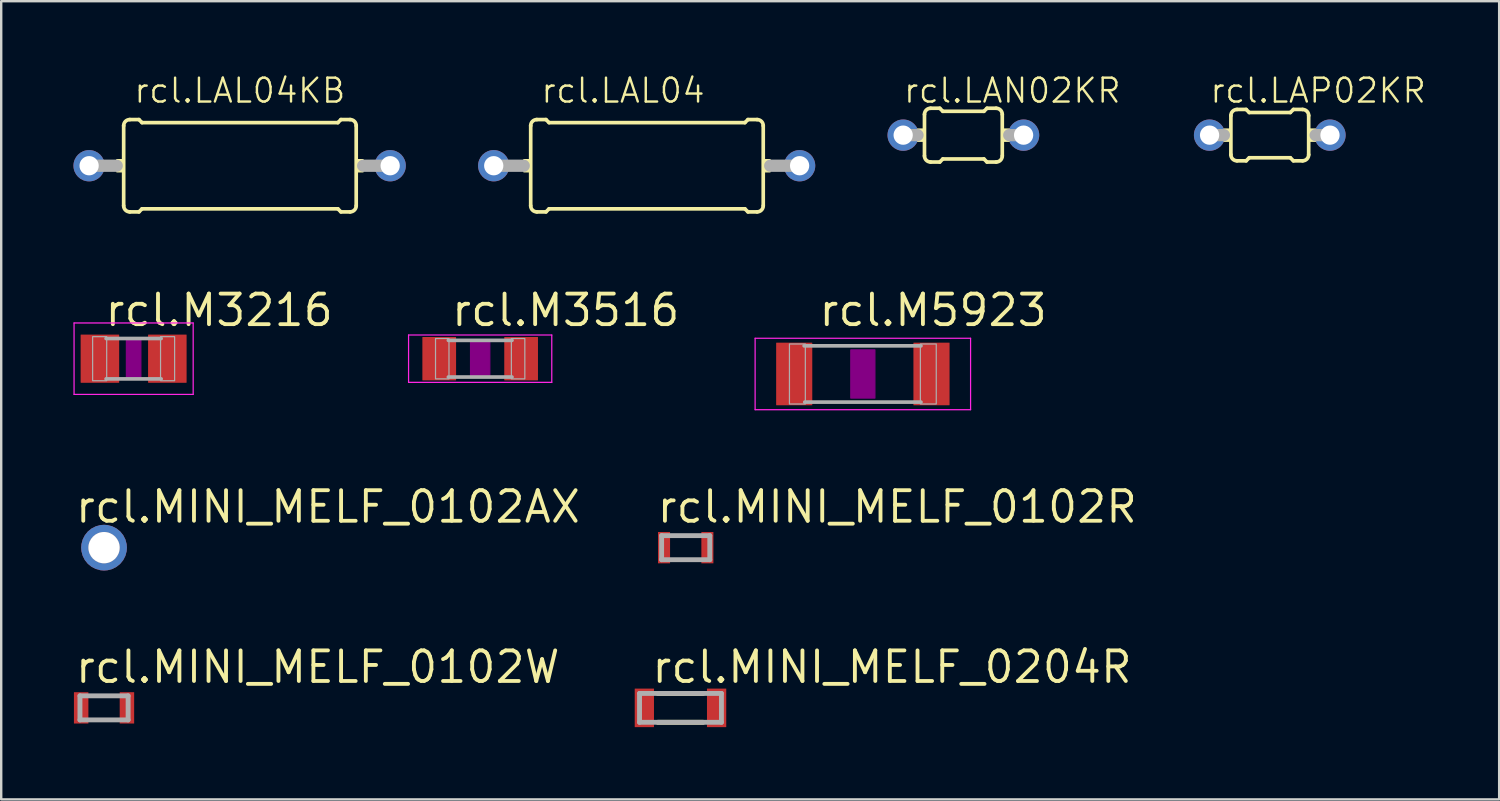
<source format=kicad_pcb>
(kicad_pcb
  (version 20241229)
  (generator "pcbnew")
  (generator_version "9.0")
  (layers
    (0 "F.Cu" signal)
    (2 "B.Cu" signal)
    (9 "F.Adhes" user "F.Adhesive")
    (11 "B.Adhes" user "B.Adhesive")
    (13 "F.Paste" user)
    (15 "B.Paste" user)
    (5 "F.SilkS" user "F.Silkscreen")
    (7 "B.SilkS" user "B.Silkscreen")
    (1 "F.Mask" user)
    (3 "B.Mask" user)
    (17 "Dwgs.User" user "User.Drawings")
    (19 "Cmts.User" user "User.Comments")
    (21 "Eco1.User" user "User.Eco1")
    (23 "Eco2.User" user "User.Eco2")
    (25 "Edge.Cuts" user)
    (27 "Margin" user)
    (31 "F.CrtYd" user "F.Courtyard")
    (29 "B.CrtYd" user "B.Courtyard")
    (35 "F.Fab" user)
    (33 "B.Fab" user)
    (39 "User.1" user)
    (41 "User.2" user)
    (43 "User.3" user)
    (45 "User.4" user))
  (footprint "rcl.MINI_MELF_0102R"
    (layer "F.Cu")
    (at 25.421 19.689)
    (property "Reference" "rcl.MINI_MELF_0102R" (at -1.27 -0.953 0) (layer "F.SilkS") (effects (font (size 1.27 1.27) (thickness 0.16)) (justify left bottom)))
    (attr smd)
    (fp_line (start -1 -0.5) (end -1 0.5) (stroke (width 0.203) (type default)) (layer "F.Fab"))
    (fp_line (start -1 0.5) (end 1 0.5) (stroke (width 0.203) (type default)) (layer "F.Fab"))
    (fp_line (start 1 -0.5) (end -1 -0.5) (stroke (width 0.203) (type default)) (layer "F.Fab"))
    (fp_line (start 1 0.5) (end 1 -0.5) (stroke (width 0.203) (type default)) (layer "F.Fab"))
    (pad "1" smd roundrect (at -0.9 0) (size 0.5 1.3) (layers "F.Cu" "F.Mask" "F.Paste") (roundrect_rratio 0.01))
    (pad "2" smd roundrect (at 0.9 0) (size 0.5 1.3) (layers "F.Cu" "F.Mask" "F.Paste") (roundrect_rratio 0.01)))
  (footprint "rcl.LAP02KR"
    (layer "F.Cu")
    (at 49.672 2.561)
    (property "Reference" "rcl.LAP02KR" (at -2.54 -1.27 0) (layer "F.SilkS") (effects (font (size 0.991 0.991) (thickness 0.1)) (justify left bottom)))
    (attr through_hole)
    (fp_line (start -1.615 0.812) (end -1.615 -0.812) (stroke (width 0.152) (type default)) (layer "F.SilkS"))
    (fp_line (start -1.361 -1.066) (end -0.98 -1.066) (stroke (width 0.152) (type default)) (layer "F.SilkS"))
    (fp_line (start -1.361 1.066) (end -0.98 1.066) (stroke (width 0.152) (type default)) (layer "F.SilkS"))
    (fp_line (start -0.853 -0.939) (end -0.98 -1.066) (stroke (width 0.152) (type default)) (layer "F.SilkS"))
    (fp_line (start -0.853 0.939) (end -0.98 1.066) (stroke (width 0.152) (type default)) (layer "F.SilkS"))
    (fp_line (start 0.853 -0.939) (end -0.853 -0.939) (stroke (width 0.152) (type default)) (layer "F.SilkS"))
    (fp_line (start 0.853 -0.939) (end 0.98 -1.066) (stroke (width 0.152) (type default)) (layer "F.SilkS"))
    (fp_line (start 0.853 0.939) (end -0.853 0.939) (stroke (width 0.152) (type default)) (layer "F.SilkS"))
    (fp_line (start 0.853 0.939) (end 0.98 1.066) (stroke (width 0.152) (type default)) (layer "F.SilkS"))
    (fp_line (start 1.361 -1.066) (end 0.98 -1.066) (stroke (width 0.152) (type default)) (layer "F.SilkS"))
    (fp_line (start 1.361 1.066) (end 0.98 1.066) (stroke (width 0.152) (type default)) (layer "F.SilkS"))
    (fp_line (start 1.615 0.812) (end 1.615 -0.812) (stroke (width 0.152) (type default)) (layer "F.SilkS"))
    (fp_rect (start -1.9 0.254) (end -1.615 -0.254) (stroke (width 0.05) (type default)) (fill yes) (layer "F.SilkS"))
    (fp_rect (start 1.615 0.254) (end 1.9 -0.254) (stroke (width 0.05) (type default)) (fill yes) (layer "F.SilkS"))
    (fp_arc (start -1.615 -0.812) (mid -1.540605 -0.991605) (end -1.361 -1.066) (stroke (width 0.1524) (type default)) (layer "F.SilkS"))
    (fp_arc (start -1.361 1.066) (mid -1.540605 0.991605) (end -1.615 0.812) (stroke (width 0.1524) (type default)) (layer "F.SilkS"))
    (fp_arc (start 1.361 -1.066) (mid 1.540605 -0.991605) (end 1.615 -0.812) (stroke (width 0.1524) (type default)) (layer "F.SilkS"))
    (fp_arc (start 1.615 0.812) (mid 1.540605 0.991605) (end 1.361 1.066) (stroke (width 0.1524) (type default)) (layer "F.SilkS"))
    (fp_line (start -2.5 0) (end -1.905 0) (stroke (width 0.508) (type default)) (layer "F.Fab"))
    (fp_line (start 2.5 0) (end 1.905 0) (stroke (width 0.508) (type default)) (layer "F.Fab"))
    (pad "1" thru_hole circle (at -2.5 0) (size 1.3 1.3) (drill 0.8) (layers "*.Cu" "*.Mask"))
    (pad "2" thru_hole circle (at 2.5 0) (size 1.3 1.3) (drill 0.8) (layers "*.Cu" "*.Mask")))
  (footprint "rcl.LAL04"
    (layer "F.Cu")
    (at 23.8 3.831)
    (property "Reference" "rcl.LAL04" (at -4.445 -2.54 0) (layer "F.SilkS") (effects (font (size 0.991 0.991) (thickness 0.1)) (justify left bottom)))
    (attr through_hole)
    (fp_line (start -4.815 1.662) (end -4.815 -1.662) (stroke (width 0.152) (type default)) (layer "F.SilkS"))
    (fp_line (start -4.561 -1.916) (end -4.18 -1.916) (stroke (width 0.152) (type default)) (layer "F.SilkS"))
    (fp_line (start -4.561 1.916) (end -4.18 1.916) (stroke (width 0.152) (type default)) (layer "F.SilkS"))
    (fp_line (start -4.053 -1.789) (end -4.18 -1.916) (stroke (width 0.152) (type default)) (layer "F.SilkS"))
    (fp_line (start -4.053 1.789) (end -4.18 1.916) (stroke (width 0.152) (type default)) (layer "F.SilkS"))
    (fp_line (start 4.078 -1.789) (end -4.053 -1.789) (stroke (width 0.152) (type default)) (layer "F.SilkS"))
    (fp_line (start 4.078 -1.789) (end 4.205 -1.916) (stroke (width 0.152) (type default)) (layer "F.SilkS"))
    (fp_line (start 4.078 1.789) (end -4.053 1.789) (stroke (width 0.152) (type default)) (layer "F.SilkS"))
    (fp_line (start 4.078 1.789) (end 4.205 1.916) (stroke (width 0.152) (type default)) (layer "F.SilkS"))
    (fp_line (start 4.586 -1.916) (end 4.205 -1.916) (stroke (width 0.152) (type default)) (layer "F.SilkS"))
    (fp_line (start 4.586 1.916) (end 4.205 1.916) (stroke (width 0.152) (type default)) (layer "F.SilkS"))
    (fp_line (start 4.84 1.662) (end 4.84 -1.662) (stroke (width 0.152) (type default)) (layer "F.SilkS"))
    (fp_rect (start -5.1 0.254) (end -4.815 -0.254) (stroke (width 0.05) (type default)) (fill yes) (layer "F.SilkS"))
    (fp_rect (start 4.84 0.254) (end 5.125 -0.254) (stroke (width 0.05) (type default)) (fill yes) (layer "F.SilkS"))
    (fp_arc (start -4.815 -1.662) (mid -4.740605 -1.841605) (end -4.561 -1.916) (stroke (width 0.1524) (type default)) (layer "F.SilkS"))
    (fp_arc (start -4.561 1.916) (mid -4.740605 1.841605) (end -4.815 1.662) (stroke (width 0.1524) (type default)) (layer "F.SilkS"))
    (fp_arc (start 4.586 -1.916) (mid 4.765605 -1.841605) (end 4.84 -1.662) (stroke (width 0.1524) (type default)) (layer "F.SilkS"))
    (fp_arc (start 4.84 1.662) (mid 4.765605 1.841605) (end 4.586 1.916) (stroke (width 0.1524) (type default)) (layer "F.SilkS"))
    (fp_line (start -6.35 0) (end -5.105 0) (stroke (width 0.508) (type default)) (layer "F.Fab"))
    (fp_line (start 6.35 0) (end 5.13 0) (stroke (width 0.508) (type default)) (layer "F.Fab"))
    (pad "1" thru_hole circle (at -6.35 0) (size 1.3 1.3) (drill 0.8) (layers "*.Cu" "*.Mask"))
    (pad "2" thru_hole circle (at 6.35 0) (size 1.3 1.3) (drill 0.8) (layers "*.Cu" "*.Mask")))
  (footprint "rcl.LAL04KB"
    (layer "F.Cu")
    (at 6.9 3.831)
    (property "Reference" "rcl.LAL04KB" (at -4.445 -2.54 0) (layer "F.SilkS") (effects (font (size 0.991 0.991) (thickness 0.1)) (justify left bottom)))
    (attr through_hole)
    (fp_line (start -4.815 1.662) (end -4.815 -1.662) (stroke (width 0.152) (type default)) (layer "F.SilkS"))
    (fp_line (start -4.561 -1.916) (end -4.18 -1.916) (stroke (width 0.152) (type default)) (layer "F.SilkS"))
    (fp_line (start -4.561 1.916) (end -4.18 1.916) (stroke (width 0.152) (type default)) (layer "F.SilkS"))
    (fp_line (start -4.053 -1.789) (end -4.18 -1.916) (stroke (width 0.152) (type default)) (layer "F.SilkS"))
    (fp_line (start -4.053 1.789) (end -4.18 1.916) (stroke (width 0.152) (type default)) (layer "F.SilkS"))
    (fp_line (start 4.078 -1.789) (end -4.053 -1.789) (stroke (width 0.152) (type default)) (layer "F.SilkS"))
    (fp_line (start 4.078 -1.789) (end 4.205 -1.916) (stroke (width 0.152) (type default)) (layer "F.SilkS"))
    (fp_line (start 4.078 1.789) (end -4.053 1.789) (stroke (width 0.152) (type default)) (layer "F.SilkS"))
    (fp_line (start 4.078 1.789) (end 4.205 1.916) (stroke (width 0.152) (type default)) (layer "F.SilkS"))
    (fp_line (start 4.586 -1.916) (end 4.205 -1.916) (stroke (width 0.152) (type default)) (layer "F.SilkS"))
    (fp_line (start 4.586 1.916) (end 4.205 1.916) (stroke (width 0.152) (type default)) (layer "F.SilkS"))
    (fp_line (start 4.84 1.662) (end 4.84 -1.662) (stroke (width 0.152) (type default)) (layer "F.SilkS"))
    (fp_rect (start -5.1 0.254) (end -4.815 -0.254) (stroke (width 0.05) (type default)) (fill yes) (layer "F.SilkS"))
    (fp_rect (start 4.84 0.254) (end 5.125 -0.254) (stroke (width 0.05) (type default)) (fill yes) (layer "F.SilkS"))
    (fp_arc (start -4.815 -1.662) (mid -4.740605 -1.841605) (end -4.561 -1.916) (stroke (width 0.1524) (type default)) (layer "F.SilkS"))
    (fp_arc (start -4.561 1.916) (mid -4.740605 1.841605) (end -4.815 1.662) (stroke (width 0.1524) (type default)) (layer "F.SilkS"))
    (fp_arc (start 4.586 -1.916) (mid 4.765605 -1.841605) (end 4.84 -1.662) (stroke (width 0.1524) (type default)) (layer "F.SilkS"))
    (fp_arc (start 4.84 1.662) (mid 4.765605 1.841605) (end 4.586 1.916) (stroke (width 0.1524) (type default)) (layer "F.SilkS"))
    (fp_line (start -6.25 0) (end -5.105 0) (stroke (width 0.508) (type default)) (layer "F.Fab"))
    (fp_line (start 6.25 0) (end 5.13 0) (stroke (width 0.508) (type default)) (layer "F.Fab"))
    (pad "1" thru_hole circle (at -6.25 0) (size 1.3 1.3) (drill 0.8) (layers "*.Cu" "*.Mask"))
    (pad "2" thru_hole circle (at 6.25 0) (size 1.3 1.3) (drill 0.8) (layers "*.Cu" "*.Mask")))
  (footprint "rcl.M3516"
    (layer "F.Cu")
    (at 16.887 11.843)
    (property "Reference" "rcl.M3516" (at -1.27 -1.27 0) (layer "F.SilkS") (effects (font (size 1.27 1.27) (thickness 0.16)) (justify left bottom)))
    (attr smd)
    (fp_rect (start -0.4 0.7) (end 0.4 -0.7) (stroke (width 0.05) (type default)) (fill yes) (layer "F.Adhes"))
    (fp_line (start -2.973 -0.983) (end 2.973 -0.983) (stroke (width 0.051) (type default)) (layer "F.CrtYd"))
    (fp_line (start -2.973 0.983) (end -2.973 -0.983) (stroke (width 0.051) (type default)) (layer "F.CrtYd"))
    (fp_line (start 2.973 -0.983) (end 2.973 0.983) (stroke (width 0.051) (type default)) (layer "F.CrtYd"))
    (fp_line (start 2.973 0.983) (end -2.973 0.983) (stroke (width 0.051) (type default)) (layer "F.CrtYd"))
    (fp_line (start 1.321 -0.762) (end -1.321 -0.762) (stroke (width 0.152) (type default)) (layer "F.Fab"))
    (fp_line (start 1.321 0.762) (end -1.321 0.762) (stroke (width 0.152) (type default)) (layer "F.Fab"))
    (fp_rect (start -1.854 0.838) (end -1.295 -0.838) (stroke (width 0.05) (type default)) (fill no) (layer "F.Fab"))
    (fp_rect (start 1.295 0.838) (end 1.854 -0.838) (stroke (width 0.05) (type default)) (fill no) (layer "F.Fab"))
    (pad "1" smd roundrect (at -1.7 0) (size 1.4 1.8) (layers "F.Cu" "F.Mask" "F.Paste") (roundrect_rratio 0.01))
    (pad "2" smd roundrect (at 1.7 0) (size 1.4 1.8) (layers "F.Cu" "F.Mask" "F.Paste") (roundrect_rratio 0.01)))
  (footprint "rcl.M5923"
    (layer "F.Cu")
    (at 32.776 12.478)
    (property "Reference" "rcl.M5923" (at -1.905 -1.905 0) (layer "F.SilkS") (effects (font (size 1.27 1.27) (thickness 0.16)) (justify left bottom)))
    (attr smd)
    (fp_rect (start -0.5 1) (end 0.5 -1) (stroke (width 0.05) (type default)) (fill yes) (layer "F.Adhes"))
    (fp_line (start -4.473 -1.483) (end 4.473 -1.483) (stroke (width 0.051) (type default)) (layer "F.CrtYd"))
    (fp_line (start -4.473 1.483) (end -4.473 -1.483) (stroke (width 0.051) (type default)) (layer "F.CrtYd"))
    (fp_line (start 4.473 -1.483) (end 4.473 1.483) (stroke (width 0.051) (type default)) (layer "F.CrtYd"))
    (fp_line (start 4.473 1.483) (end -4.473 1.483) (stroke (width 0.051) (type default)) (layer "F.CrtYd"))
    (fp_line (start 2.413 -1.168) (end -2.438 -1.168) (stroke (width 0.152) (type default)) (layer "F.Fab"))
    (fp_line (start 2.413 1.168) (end -2.413 1.168) (stroke (width 0.152) (type default)) (layer "F.Fab"))
    (fp_rect (start -3.048 1.245) (end -2.388 -1.245) (stroke (width 0.05) (type default)) (fill no) (layer "F.Fab"))
    (fp_rect (start 2.388 1.245) (end 3.048 -1.245) (stroke (width 0.05) (type default)) (fill no) (layer "F.Fab"))
    (pad "1" smd roundrect (at -2.85 0) (size 1.5 2.6) (layers "F.Cu" "F.Mask" "F.Paste") (roundrect_rratio 0.01))
    (pad "2" smd roundrect (at 2.85 0) (size 1.5 2.6) (layers "F.Cu" "F.Mask" "F.Paste") (roundrect_rratio 0.01)))
  (footprint "rcl.LAN02KR"
    (layer "F.Cu")
    (at 36.95 2.561)
    (property "Reference" "rcl.LAN02KR" (at -2.54 -1.27 0) (layer "F.SilkS") (effects (font (size 0.991 0.991) (thickness 0.1)) (justify left bottom)))
    (attr through_hole)
    (fp_line (start -1.615 0.862) (end -1.615 -0.862) (stroke (width 0.152) (type default)) (layer "F.SilkS"))
    (fp_line (start -1.361 -1.116) (end -0.98 -1.116) (stroke (width 0.152) (type default)) (layer "F.SilkS"))
    (fp_line (start -1.361 1.116) (end -0.98 1.116) (stroke (width 0.152) (type default)) (layer "F.SilkS"))
    (fp_line (start -0.853 -0.989) (end -0.98 -1.116) (stroke (width 0.152) (type default)) (layer "F.SilkS"))
    (fp_line (start -0.853 0.989) (end -0.98 1.116) (stroke (width 0.152) (type default)) (layer "F.SilkS"))
    (fp_line (start 0.853 -0.989) (end -0.853 -0.989) (stroke (width 0.152) (type default)) (layer "F.SilkS"))
    (fp_line (start 0.853 -0.989) (end 0.98 -1.116) (stroke (width 0.152) (type default)) (layer "F.SilkS"))
    (fp_line (start 0.853 0.989) (end -0.853 0.989) (stroke (width 0.152) (type default)) (layer "F.SilkS"))
    (fp_line (start 0.853 0.989) (end 0.98 1.116) (stroke (width 0.152) (type default)) (layer "F.SilkS"))
    (fp_line (start 1.361 -1.116) (end 0.98 -1.116) (stroke (width 0.152) (type default)) (layer "F.SilkS"))
    (fp_line (start 1.361 1.116) (end 0.98 1.116) (stroke (width 0.152) (type default)) (layer "F.SilkS"))
    (fp_line (start 1.615 0.862) (end 1.615 -0.862) (stroke (width 0.152) (type default)) (layer "F.SilkS"))
    (fp_rect (start -1.9 0.254) (end -1.615 -0.254) (stroke (width 0.05) (type default)) (fill yes) (layer "F.SilkS"))
    (fp_rect (start 1.615 0.254) (end 1.9 -0.254) (stroke (width 0.05) (type default)) (fill yes) (layer "F.SilkS"))
    (fp_arc (start -1.615 -0.862) (mid -1.540605 -1.041605) (end -1.361 -1.116) (stroke (width 0.1524) (type default)) (layer "F.SilkS"))
    (fp_arc (start -1.361 1.116) (mid -1.540605 1.041605) (end -1.615 0.862) (stroke (width 0.1524) (type default)) (layer "F.SilkS"))
    (fp_arc (start 1.361 -1.116) (mid 1.540605 -1.041605) (end 1.615 -0.862) (stroke (width 0.1524) (type default)) (layer "F.SilkS"))
    (fp_arc (start 1.615 0.862) (mid 1.540605 1.041605) (end 1.361 1.116) (stroke (width 0.1524) (type default)) (layer "F.SilkS"))
    (fp_line (start -2.5 0) (end -1.905 0) (stroke (width 0.508) (type default)) (layer "F.Fab"))
    (fp_line (start 2.5 0) (end 1.905 0) (stroke (width 0.508) (type default)) (layer "F.Fab"))
    (pad "1" thru_hole circle (at -2.5 0) (size 1.3 1.3) (drill 0.8) (layers "*.Cu" "*.Mask"))
    (pad "2" thru_hole circle (at 2.5 0) (size 1.3 1.3) (drill 0.8) (layers "*.Cu" "*.Mask")))
  (footprint "rcl.MINI_MELF_0204R"
    (layer "F.Cu")
    (at 25.204 26.341)
    (property "Reference" "rcl.MINI_MELF_0204R" (at -1.27 -0.953 0) (layer "F.SilkS") (effects (font (size 1.27 1.27) (thickness 0.16)) (justify left bottom)))
    (attr smd)
    (fp_line (start -0.938 0.6) (end 0.938 0.6) (stroke (width 0.203) (type default)) (layer "F.SilkS"))
    (fp_line (start 0.938 -0.6) (end -0.938 -0.6) (stroke (width 0.203) (type default)) (layer "F.SilkS"))
    (fp_line (start -1.7 -0.6) (end -1.7 0.6) (stroke (width 0.203) (type default)) (layer "F.Fab"))
    (fp_line (start -1.7 0.6) (end 1.7 0.6) (stroke (width 0.203) (type default)) (layer "F.Fab"))
    (fp_line (start 1.7 -0.6) (end -1.7 -0.6) (stroke (width 0.203) (type default)) (layer "F.Fab"))
    (fp_line (start 1.7 0.6) (end 1.7 -0.6) (stroke (width 0.203) (type default)) (layer "F.Fab"))
    (pad "1" smd roundrect (at -1.5 0) (size 0.8 1.6) (layers "F.Cu" "F.Mask" "F.Paste") (roundrect_rratio 0.01))
    (pad "2" smd roundrect (at 1.5 0) (size 0.8 1.6) (layers "F.Cu" "F.Mask" "F.Paste") (roundrect_rratio 0.01)))
  (footprint "rcl.MINI_MELF_0102AX"
    (layer "F.Cu")
    (at 1.27 19.689)
    (property "Reference" "rcl.MINI_MELF_0102AX" (at -1.27 -0.953 0) (layer "F.SilkS") (effects (font (size 1.27 1.27) (thickness 0.16)) (justify left bottom)))
    (attr smd)
    (fp_circle (center 0 0) (end 0.6 0) (stroke (width 0.1) (type default)) (fill no) (layer "B.Fab"))
    (fp_circle (center 0 0) (end 0.6 0) (stroke (width 0.1) (type default)) (fill no) (layer "F.Fab"))
    (pad "" np_thru_hole circle (at 0 0) (size 1.3 1.3) (drill 1.3) (layers "*.Cu" "*.Mask"))
    (pad "1" smd roundrect (at 0 0) (size 1.9 1.9) (layers "F.Cu" "F.Mask" "F.Paste") (roundrect_rratio 0.5))
    (pad "2" smd roundrect (at 0 0) (size 1.9 1.9) (layers "B.Cu" "B.Mask" "B.Paste") (roundrect_rratio 0.5)))
  (footprint "rcl.MINI_MELF_0102W"
    (layer "F.Cu")
    (at 1.27 26.341)
    (property "Reference" "rcl.MINI_MELF_0102W" (at -1.27 -0.953 0) (layer "F.SilkS") (effects (font (size 1.27 1.27) (thickness 0.16)) (justify left bottom)))
    (attr smd)
    (fp_line (start -1 -0.5) (end -1 0.5) (stroke (width 0.203) (type default)) (layer "F.Fab"))
    (fp_line (start -1 0.5) (end 1 0.5) (stroke (width 0.203) (type default)) (layer "F.Fab"))
    (fp_line (start 1 -0.5) (end -1 -0.5) (stroke (width 0.203) (type default)) (layer "F.Fab"))
    (fp_line (start 1 0.5) (end 1 -0.5) (stroke (width 0.203) (type default)) (layer "F.Fab"))
    (pad "1" smd roundrect (at -0.95 0) (size 0.6 1.3) (layers "F.Cu" "F.Mask" "F.Paste") (roundrect_rratio 0.01))
    (pad "2" smd roundrect (at 0.95 0) (size 0.6 1.3) (layers "F.Cu" "F.Mask" "F.Paste") (roundrect_rratio 0.01)))
  (footprint "rcl.M3216"
    (layer "F.Cu")
    (at 2.498 11.843)
    (property "Reference" "rcl.M3216" (at -1.27 -1.27 0) (layer "F.SilkS") (effects (font (size 1.27 1.27) (thickness 0.16)) (justify left bottom)))
    (attr smd)
    (fp_rect (start -0.3 0.8) (end 0.3 -0.8) (stroke (width 0.05) (type default)) (fill yes) (layer "F.Adhes"))
    (fp_line (start -2.473 -1.483) (end 2.473 -1.483) (stroke (width 0.051) (type default)) (layer "F.CrtYd"))
    (fp_line (start -2.473 1.483) (end -2.473 -1.483) (stroke (width 0.051) (type default)) (layer "F.CrtYd"))
    (fp_line (start 2.473 -1.483) (end 2.473 1.483) (stroke (width 0.051) (type default)) (layer "F.CrtYd"))
    (fp_line (start 2.473 1.483) (end -2.473 1.483) (stroke (width 0.051) (type default)) (layer "F.CrtYd"))
    (fp_line (start 1.143 -0.838) (end -1.143 -0.838) (stroke (width 0.152) (type default)) (layer "F.Fab"))
    (fp_line (start 1.143 0.838) (end -1.143 0.838) (stroke (width 0.152) (type default)) (layer "F.Fab"))
    (fp_rect (start -1.702 0.914) (end -1.118 -0.914) (stroke (width 0.05) (type default)) (fill no) (layer "F.Fab"))
    (fp_rect (start 1.118 0.914) (end 1.702 -0.914) (stroke (width 0.05) (type default)) (fill no) (layer "F.Fab"))
    (pad "1" smd roundrect (at -1.4 0) (size 1.6 2) (layers "F.Cu" "F.Mask" "F.Paste") (roundrect_rratio 0.01))
    (pad "2" smd roundrect (at 1.4 0) (size 1.6 2) (layers "F.Cu" "F.Mask" "F.Paste") (roundrect_rratio 0.01)))
  (gr_rect
    (start -3 -3)
    (end 59.196 30.141)
    (stroke (width 0.1) (type default))
    (fill no)
    (layer "Edge.Cuts")))
</source>
